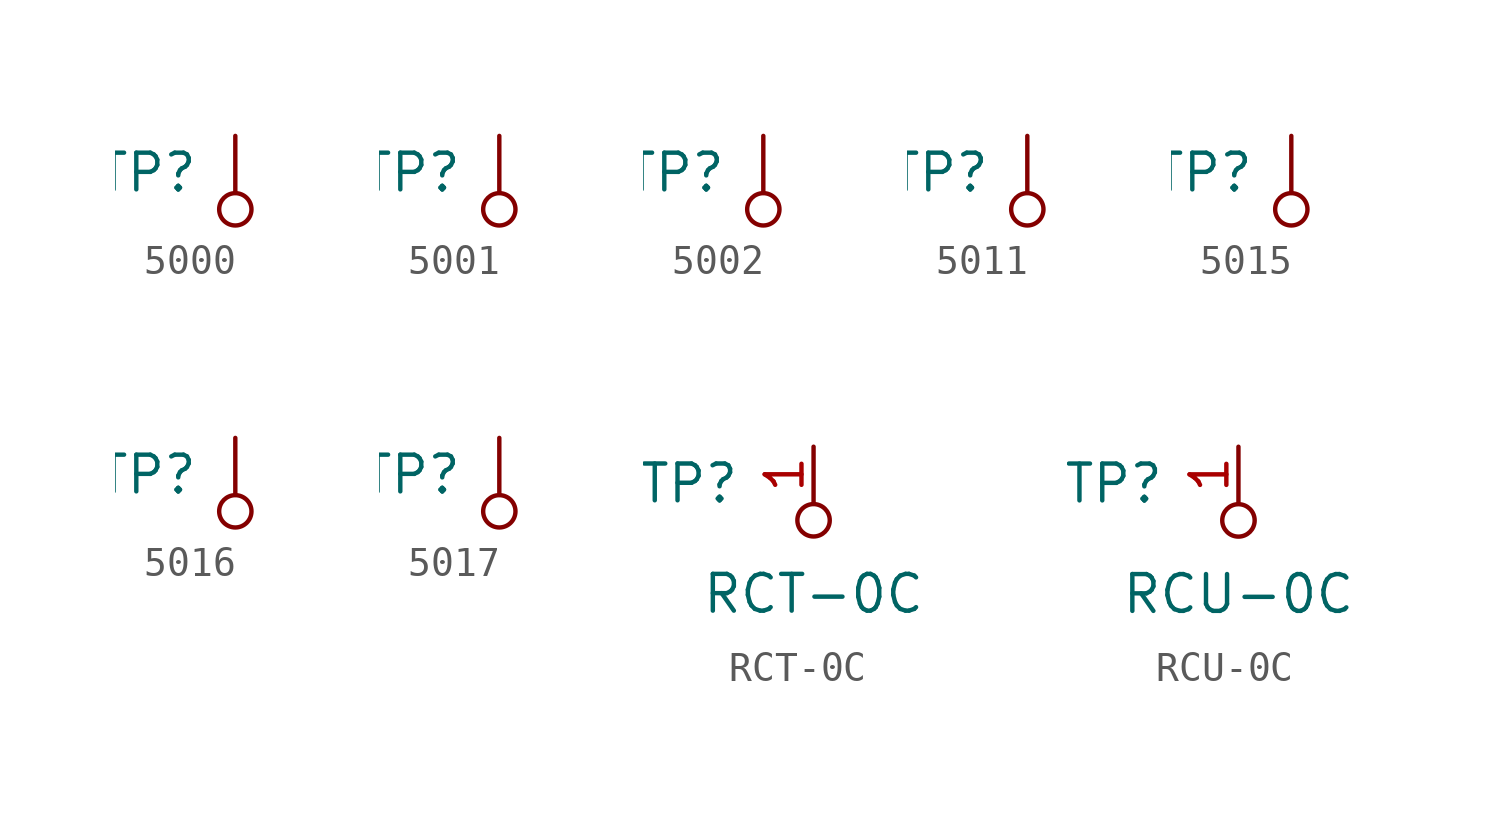
<source format=kicad_sym>
(kicad_symbol_lib
  (version 20211014)
  (generator kicad_symbol_editor)
  (symbol "5000"
    (pin_numbers hide)
    (pin_names
      (offset 1.016) hide)
    (property "Reference" "TP"
      (at -1.27 1.27 0)
      (effects (font (size 1.27 1.27)) (justify right)))
    (symbol "5000_0_1"
      (circle (center 0 0) (radius 0.559) (stroke (width 0) (type default) (color 0 0 0 0)) (fill (type none))))
    (symbol "5000_1_1"
      (pin passive line (at 0 2.54 270) (length 1.905) (name "~" (effects (font (size 1.27 1.27)))) (number "1" (effects (font (size 1.27 1.27)))))))
  (symbol "5001"
    (pin_numbers hide)
    (pin_names
      (offset 1.016) hide)
    (property "Reference" "TP"
      (at -1.27 1.27 0)
      (effects (font (size 1.27 1.27)) (justify right)))
    (symbol "5001_0_1"
      (circle (center 0 0) (radius 0.559) (stroke (width 0) (type default) (color 0 0 0 0)) (fill (type none))))
    (symbol "5001_1_1"
      (pin passive line (at 0 2.54 270) (length 1.905) (name "~" (effects (font (size 1.27 1.27)))) (number "1" (effects (font (size 1.27 1.27)))))))
  (symbol "5002"
    (pin_numbers hide)
    (pin_names
      (offset 1.016) hide)
    (property "Reference" "TP"
      (at -1.27 1.27 0)
      (effects (font (size 1.27 1.27)) (justify right)))
    (symbol "5002_0_1"
      (circle (center 0 0) (radius 0.559) (stroke (width 0) (type default) (color 0 0 0 0)) (fill (type none))))
    (symbol "5002_1_1"
      (pin passive line (at 0 2.54 270) (length 1.905) (name "~" (effects (font (size 1.27 1.27)))) (number "1" (effects (font (size 1.27 1.27)))))))
  (symbol "5011"
    (pin_numbers hide)
    (pin_names
      (offset 1.016) hide)
    (property "Reference" "TP"
      (at -1.27 1.27 0)
      (effects (font (size 1.27 1.27)) (justify right)))
    (symbol "5011_0_1"
      (circle (center 0 0) (radius 0.559) (stroke (width 0) (type default) (color 0 0 0 0)) (fill (type none))))
    (symbol "5011_1_1"
      (pin passive line (at 0 2.54 270) (length 1.905) (name "~" (effects (font (size 1.27 1.27)))) (number "1" (effects (font (size 1.27 1.27)))))))
  (symbol "5015"
    (pin_numbers hide)
    (pin_names
      (offset 1.016) hide)
    (property "Reference" "TP"
      (at -1.27 1.27 0)
      (effects (font (size 1.27 1.27)) (justify right)))
    (symbol "5015_0_1"
      (circle (center 0 0) (radius 0.559) (stroke (width 0) (type default) (color 0 0 0 0)) (fill (type none))))
    (symbol "5015_1_1"
      (pin passive line (at 0 2.54 270) (length 1.905) (name "~" (effects (font (size 1.27 1.27)))) (number "1" (effects (font (size 1.27 1.27)))))))
  (symbol "5016"
    (pin_numbers hide)
    (pin_names
      (offset 1.016) hide)
    (property "Reference" "TP"
      (at -1.27 1.27 0)
      (effects (font (size 1.27 1.27)) (justify right)))
    (symbol "5016_0_1"
      (circle (center 0 0) (radius 0.559) (stroke (width 0) (type default) (color 0 0 0 0)) (fill (type none))))
    (symbol "5016_1_1"
      (pin passive line (at 0 2.54 270) (length 1.905) (name "~" (effects (font (size 1.27 1.27)))) (number "1" (effects (font (size 1.27 1.27)))))))
  (symbol "5017"
    (pin_numbers hide)
    (pin_names
      (offset 1.016) hide)
    (property "Reference" "TP"
      (at -1.27 1.27 0)
      (effects (font (size 1.27 1.27)) (justify right)))
    (symbol "5017_0_1"
      (circle (center 0 0) (radius 0.559) (stroke (width 0) (type default) (color 0 0 0 0)) (fill (type none))))
    (symbol "5017_1_1"
      (pin passive line (at 0 2.54 270) (length 1.905) (name "~" (effects (font (size 1.27 1.27)))) (number "1" (effects (font (size 1.27 1.27)))))))
  (symbol "RCT-0C"
    (pin_names
      (offset 1.016))
    (property "Reference" "TP"
      (at -2.54 1.27 0)
      (effects (font (size 1.27 1.27)) (justify right)))
    (property "Value" "RCT-0C"
      (at 0 -2.54 0)
      (effects (font (size 1.27 1.27))))
    (symbol "RCT-0C_0_1"
      (circle (center 0 0) (radius 0.559) (stroke (width 0) (type default) (color 0 0 0 0)) (fill (type none))))
    (symbol "RCT-0C_1_1"
      (pin passive line (at 0 2.54 270) (length 1.905) (name "~" (effects (font (size 1.27 1.27)))) (number "1" (effects (font (size 1.27 1.27)))))))
  (symbol "RCU-0C"
    (pin_names
      (offset 1.016))
    (property "Reference" "TP"
      (at -2.54 1.27 0)
      (effects (font (size 1.27 1.27)) (justify right)))
    (property "Value" "RCU-0C"
      (at 0 -2.54 0)
      (effects (font (size 1.27 1.27))))
    (symbol "RCU-0C_0_1"
      (circle (center 0 0) (radius 0.559) (stroke (width 0) (type default) (color 0 0 0 0)) (fill (type none))))
    (symbol "RCU-0C_1_1"
      (pin passive line (at 0 2.54 270) (length 1.905) (name "~" (effects (font (size 1.27 1.27)))) (number "1" (effects (font (size 1.27 1.27))))))))
</source>
